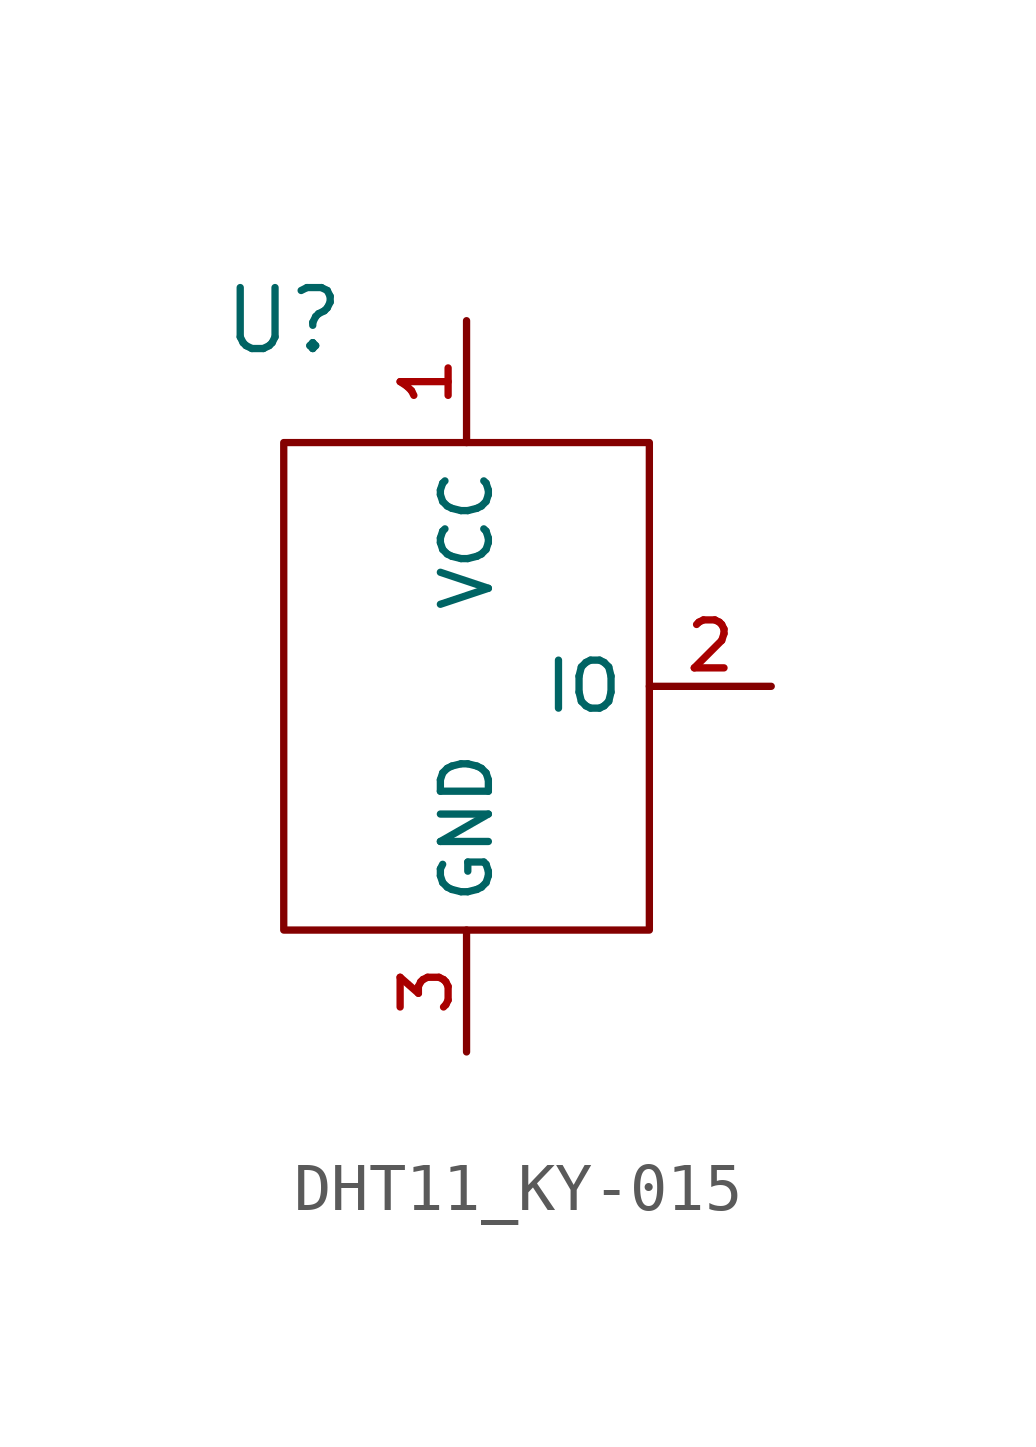
<source format=kicad_sym>
(kicad_symbol_lib
  (version 20220914)
  (generator kicad_symbol_editor)
  (symbol "DHT11_KY-015"
    (property "Reference" "U"
      (at -2.54 2.54 0)
      (effects (font (size 1.27 1.27))))
    (property "Value" ""
      (at 1.27 -1.27 0)
      (effects (font (size 1.27 1.27))))
    (symbol "DHT11_KY-015_0_1"
      (rectangle (start -2.54 0) (end 5.08 -10.16) (stroke (width 0) (type default)) (fill (type none))))
    (symbol "DHT11_KY-015_1_1"
      (pin power_in line (at 1.27 2.54 270) (length 2.54) (name "VCC" (effects (font (size 1 1)))) (number "1" (effects (font (size 1 1)))))
      (pin output line (at 7.62 -5.08 180) (length 2.54) (name "IO" (effects (font (size 1 1)))) (number "2" (effects (font (size 1 1)))))
      (pin power_in line (at 1.27 -12.7 90) (length 2.54) (name "GND" (effects (font (size 1 1)))) (number "3" (effects (font (size 1 1))))))))
</source>
